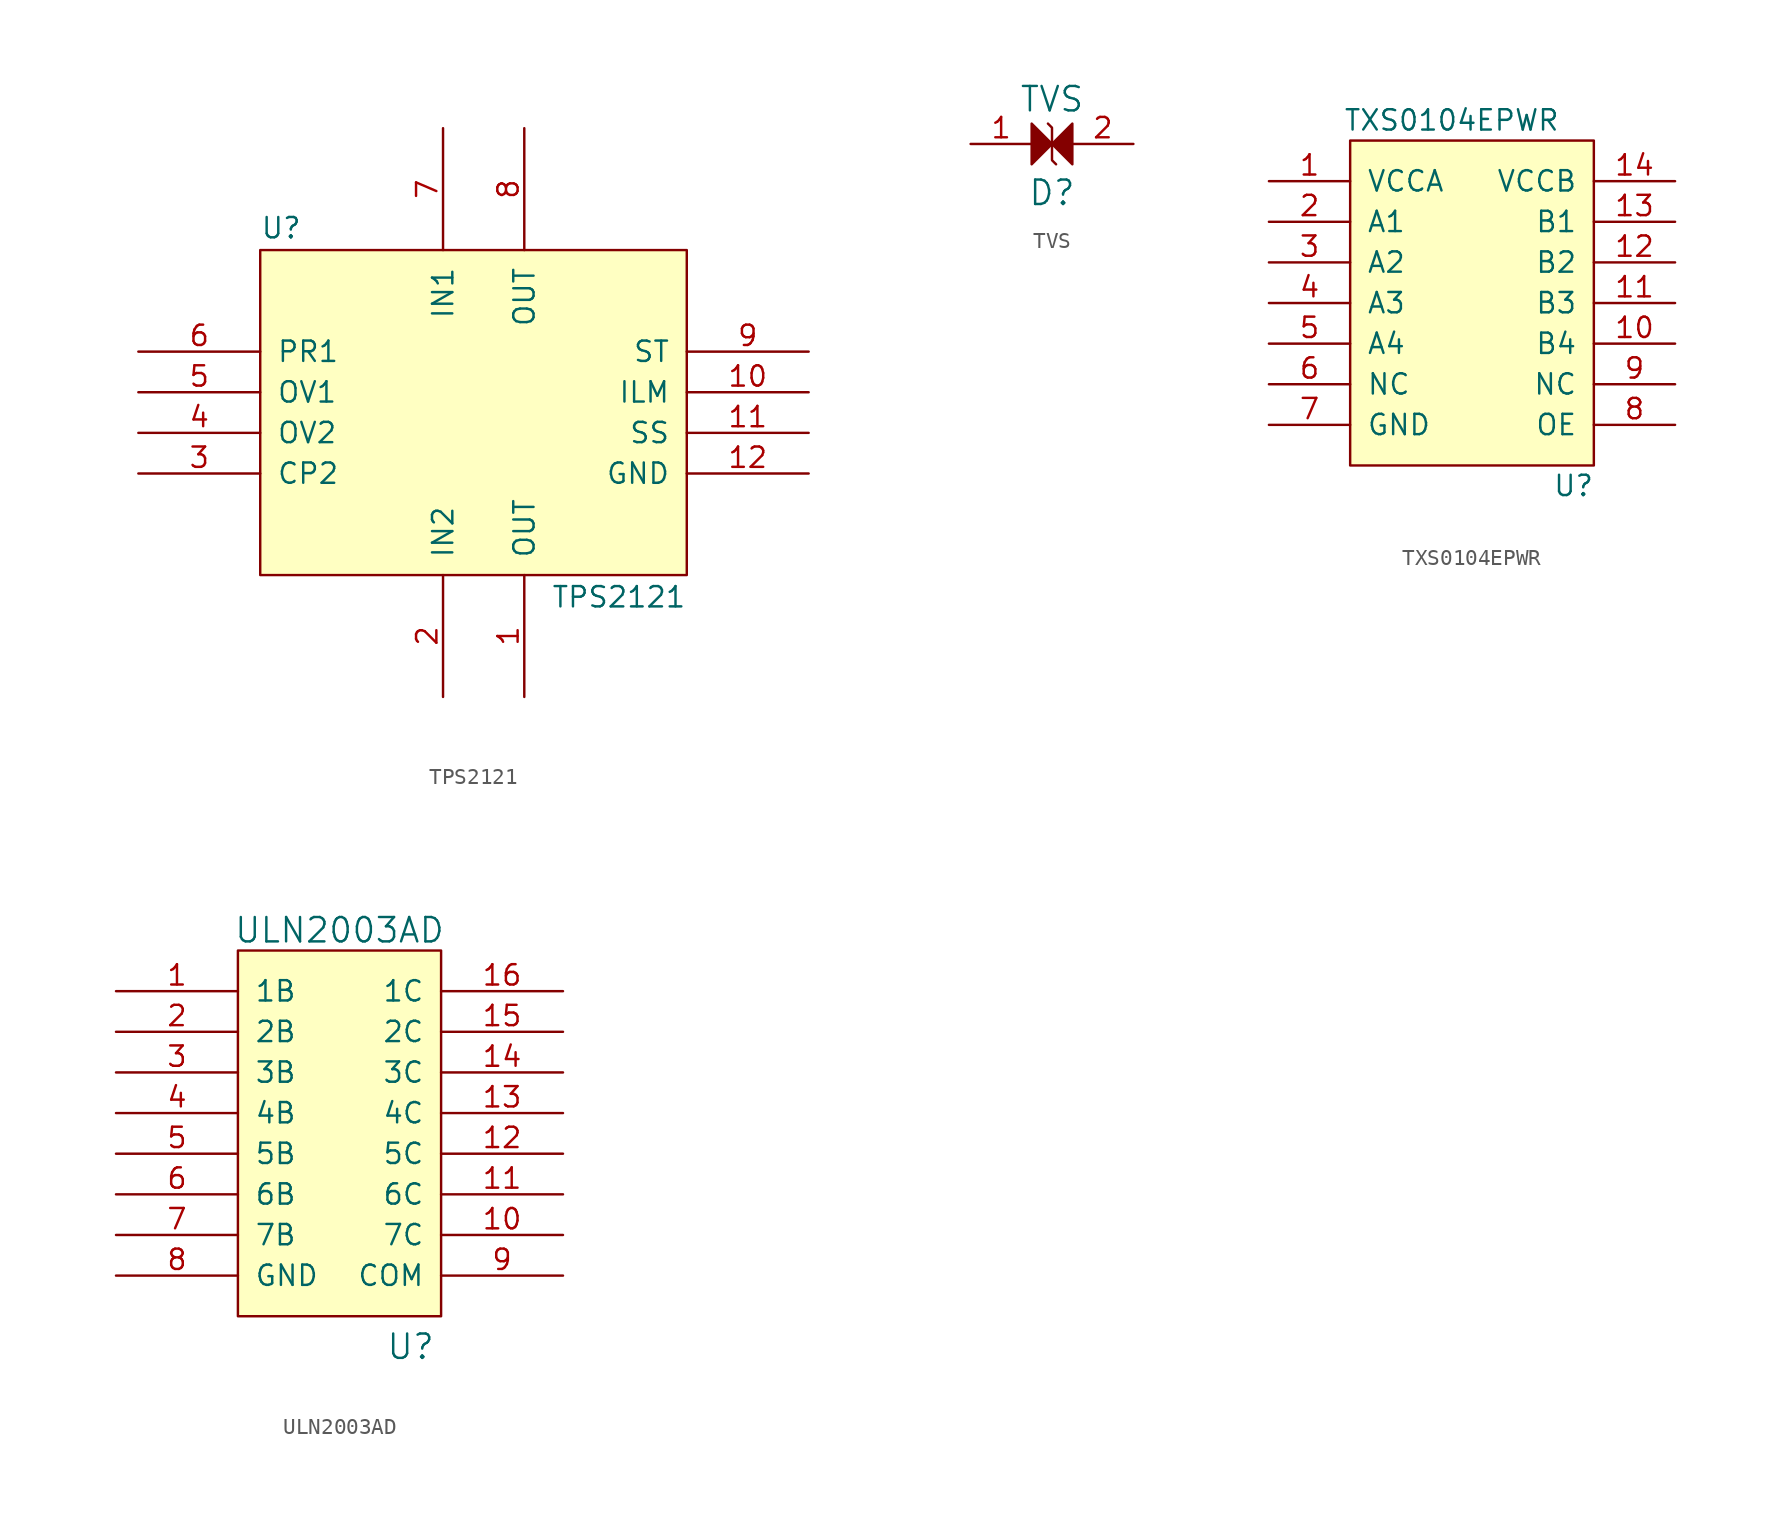
<source format=kicad_sym>
(kicad_symbol_lib
  (version 20211014)
  (generator kicad_symbol_editor)
  (symbol "TPS2121"
    (pin_names
      (offset 1.016))
    (property "Reference" "U"
      (at -13.97 10.795 0)
      (effects (font (size 1.27 1.27)) (justify left bottom)))
    (property "Value" "TPS2121"
      (at 12.7 -10.795 0)
      (effects (font (size 1.27 1.27)) (justify right top)))
    (symbol "TPS2121_0_1"
      (rectangle (start -13.97 10.16) (end 12.7 -10.16) (stroke (width 0) (type default) (color 0 0 0 0)) (fill (type background))))
    (symbol "TPS2121_1_1"
      (pin power_out line (at 2.54 -17.78 90) (length 7.62) (name "OUT" (effects (font (size 1.27 1.27)))) (number "1" (effects (font (size 1.27 1.27)))))
      (pin bidirectional line (at 20.32 1.27 180) (length 7.62) (name "ILM" (effects (font (size 1.27 1.27)))) (number "10" (effects (font (size 1.27 1.27)))))
      (pin bidirectional line (at 20.32 -1.27 180) (length 7.62) (name "SS" (effects (font (size 1.27 1.27)))) (number "11" (effects (font (size 1.27 1.27)))))
      (pin power_out line (at 20.32 -3.81 180) (length 7.62) (name "GND" (effects (font (size 1.27 1.27)))) (number "12" (effects (font (size 1.27 1.27)))))
      (pin power_in line (at -2.54 -17.78 90) (length 7.62) (name "IN2" (effects (font (size 1.27 1.27)))) (number "2" (effects (font (size 1.27 1.27)))))
      (pin input line (at -21.59 -3.81 0) (length 7.62) (name "CP2" (effects (font (size 1.27 1.27)))) (number "3" (effects (font (size 1.27 1.27)))))
      (pin input line (at -21.59 -1.27 0) (length 7.62) (name "OV2" (effects (font (size 1.27 1.27)))) (number "4" (effects (font (size 1.27 1.27)))))
      (pin input line (at -21.59 1.27 0) (length 7.62) (name "OV1" (effects (font (size 1.27 1.27)))) (number "5" (effects (font (size 1.27 1.27)))))
      (pin input line (at -21.59 3.81 0) (length 7.62) (name "PR1" (effects (font (size 1.27 1.27)))) (number "6" (effects (font (size 1.27 1.27)))))
      (pin power_in line (at -2.54 17.78 270) (length 7.62) (name "IN1" (effects (font (size 1.27 1.27)))) (number "7" (effects (font (size 1.27 1.27)))))
      (pin power_in line (at 2.54 17.78 270) (length 7.62) (name "OUT" (effects (font (size 1.27 1.27)))) (number "8" (effects (font (size 1.27 1.27)))))
      (pin output line (at 20.32 3.81 180) (length 7.62) (name "ST" (effects (font (size 1.27 1.27)))) (number "9" (effects (font (size 1.27 1.27)))))))
  (symbol "TVS"
    (pin_names
      (offset 1.016))
    (property "Reference" "D"
      (at 0 -3.048 0)
      (effects (font (size 1.524 1.524))))
    (property "Value" "TVS"
      (at 0 2.794 0)
      (effects (font (size 1.524 1.524))))
    (property "Footprint" ""
      (at -1.27 3.81 0)
      (effects (font (size 1.524 1.524))))
    (property "Datasheet" ""
      (at -1.27 3.81 0)
      (effects (font (size 1.524 1.524))))
    (symbol "TVS_0_1"
      (polyline (pts (xy -1.27 -1.27) (xy -1.27 1.27) (xy 0 0) (xy -1.27 -1.27)) (stroke (width 0) (type default) (color 0 0 0 0)) (fill (type outline)))
      (polyline (pts (xy 0.254 -1.27) (xy 0 -1.016) (xy 0 1.016) (xy -0.254 1.27)) (stroke (width 0) (type default) (color 0 0 0 0)) (fill (type none)))
      (polyline (pts (xy 1.27 1.27) (xy 0 0) (xy 1.27 -1.27) (xy 1.27 1.27)) (stroke (width 0) (type default) (color 0 0 0 0)) (fill (type outline))))
    (symbol "TVS_1_1"
      (pin bidirectional line (at -5.08 0 0) (length 3.81) (name "~" (effects (font (size 1.27 1.27)))) (number "1" (effects (font (size 1.27 1.27)))))
      (pin bidirectional line (at 5.08 0 180) (length 3.81) (name "~" (effects (font (size 1.27 1.27)))) (number "2" (effects (font (size 1.27 1.27)))))))
  (symbol "TXS0104EPWR"
    (pin_names
      (offset 1.016))
    (property "Reference" "U"
      (at 13.97 -19.05 0)
      (effects (font (size 1.27 1.27))))
    (property "Value" "TXS0104EPWR"
      (at 6.35 3.81 0)
      (effects (font (size 1.27 1.27))))
    (symbol "TXS0104EPWR_0_1"
      (rectangle (start 15.24 2.54) (end 0 -17.78) (stroke (width 0) (type default) (color 0 0 0 0)) (fill (type background))))
    (symbol "TXS0104EPWR_1_1"
      (pin input line (at -5.08 0 0) (length 5.08) (name "VCCA" (effects (font (size 1.27 1.27)))) (number "1" (effects (font (size 1.27 1.27)))))
      (pin input line (at 20.32 -10.16 180) (length 5.08) (name "B4" (effects (font (size 1.27 1.27)))) (number "10" (effects (font (size 1.27 1.27)))))
      (pin input line (at 20.32 -7.62 180) (length 5.08) (name "B3" (effects (font (size 1.27 1.27)))) (number "11" (effects (font (size 1.27 1.27)))))
      (pin input line (at 20.32 -5.08 180) (length 5.08) (name "B2" (effects (font (size 1.27 1.27)))) (number "12" (effects (font (size 1.27 1.27)))))
      (pin input line (at 20.32 -2.54 180) (length 5.08) (name "B1" (effects (font (size 1.27 1.27)))) (number "13" (effects (font (size 1.27 1.27)))))
      (pin input line (at 20.32 0 180) (length 5.08) (name "VCCB" (effects (font (size 1.27 1.27)))) (number "14" (effects (font (size 1.27 1.27)))))
      (pin input line (at -5.08 -2.54 0) (length 5.08) (name "A1" (effects (font (size 1.27 1.27)))) (number "2" (effects (font (size 1.27 1.27)))))
      (pin input line (at -5.08 -5.08 0) (length 5.08) (name "A2" (effects (font (size 1.27 1.27)))) (number "3" (effects (font (size 1.27 1.27)))))
      (pin input line (at -5.08 -7.62 0) (length 5.08) (name "A3" (effects (font (size 1.27 1.27)))) (number "4" (effects (font (size 1.27 1.27)))))
      (pin input line (at -5.08 -10.16 0) (length 5.08) (name "A4" (effects (font (size 1.27 1.27)))) (number "5" (effects (font (size 1.27 1.27)))))
      (pin input line (at -5.08 -12.7 0) (length 5.08) (name "NC" (effects (font (size 1.27 1.27)))) (number "6" (effects (font (size 1.27 1.27)))))
      (pin input line (at -5.08 -15.24 0) (length 5.08) (name "GND" (effects (font (size 1.27 1.27)))) (number "7" (effects (font (size 1.27 1.27)))))
      (pin input line (at 20.32 -15.24 180) (length 5.08) (name "OE" (effects (font (size 1.27 1.27)))) (number "8" (effects (font (size 1.27 1.27)))))
      (pin input line (at 20.32 -12.7 180) (length 5.08) (name "NC" (effects (font (size 1.27 1.27)))) (number "9" (effects (font (size 1.27 1.27)))))))
  (symbol "ULN2003AD"
    (pin_names
      (offset 1.016))
    (property "Reference" "U"
      (at 4.445 -18.415 0)
      (effects (font (size 1.524 1.524))))
    (property "Value" "ULN2003AD"
      (at 0 7.62 0)
      (effects (font (size 1.524 1.524))))
    (property "Footprint" ""
      (at 13.97 0 0)
      (effects (font (size 1.524 1.524))))
    (property "Datasheet" ""
      (at 13.97 0 0)
      (effects (font (size 1.524 1.524))))
    (symbol "ULN2003AD_0_1"
      (rectangle (start -6.35 6.35) (end 6.35 -16.51) (stroke (width 0) (type default) (color 0 0 0 0)) (fill (type background))))
    (symbol "ULN2003AD_1_1"
      (pin input line (at -13.97 3.81 0) (length 7.62) (name "1B" (effects (font (size 1.27 1.27)))) (number "1" (effects (font (size 1.27 1.27)))))
      (pin input line (at 13.97 -11.43 180) (length 7.62) (name "7C" (effects (font (size 1.27 1.27)))) (number "10" (effects (font (size 1.27 1.27)))))
      (pin input line (at 13.97 -8.89 180) (length 7.62) (name "6C" (effects (font (size 1.27 1.27)))) (number "11" (effects (font (size 1.27 1.27)))))
      (pin input line (at 13.97 -6.35 180) (length 7.62) (name "5C" (effects (font (size 1.27 1.27)))) (number "12" (effects (font (size 1.27 1.27)))))
      (pin input line (at 13.97 -3.81 180) (length 7.62) (name "4C" (effects (font (size 1.27 1.27)))) (number "13" (effects (font (size 1.27 1.27)))))
      (pin input line (at 13.97 -1.27 180) (length 7.62) (name "3C" (effects (font (size 1.27 1.27)))) (number "14" (effects (font (size 1.27 1.27)))))
      (pin input line (at 13.97 1.27 180) (length 7.62) (name "2C" (effects (font (size 1.27 1.27)))) (number "15" (effects (font (size 1.27 1.27)))))
      (pin input line (at 13.97 3.81 180) (length 7.62) (name "1C" (effects (font (size 1.27 1.27)))) (number "16" (effects (font (size 1.27 1.27)))))
      (pin input line (at -13.97 1.27 0) (length 7.62) (name "2B" (effects (font (size 1.27 1.27)))) (number "2" (effects (font (size 1.27 1.27)))))
      (pin input line (at -13.97 -1.27 0) (length 7.62) (name "3B" (effects (font (size 1.27 1.27)))) (number "3" (effects (font (size 1.27 1.27)))))
      (pin input line (at -13.97 -3.81 0) (length 7.62) (name "4B" (effects (font (size 1.27 1.27)))) (number "4" (effects (font (size 1.27 1.27)))))
      (pin input line (at -13.97 -6.35 0) (length 7.62) (name "5B" (effects (font (size 1.27 1.27)))) (number "5" (effects (font (size 1.27 1.27)))))
      (pin input line (at -13.97 -8.89 0) (length 7.62) (name "6B" (effects (font (size 1.27 1.27)))) (number "6" (effects (font (size 1.27 1.27)))))
      (pin input line (at -13.97 -11.43 0) (length 7.62) (name "7B" (effects (font (size 1.27 1.27)))) (number "7" (effects (font (size 1.27 1.27)))))
      (pin input line (at -13.97 -13.97 0) (length 7.62) (name "GND" (effects (font (size 1.27 1.27)))) (number "8" (effects (font (size 1.27 1.27)))))
      (pin input line (at 13.97 -13.97 180) (length 7.62) (name "COM" (effects (font (size 1.27 1.27)))) (number "9" (effects (font (size 1.27 1.27))))))))
</source>
